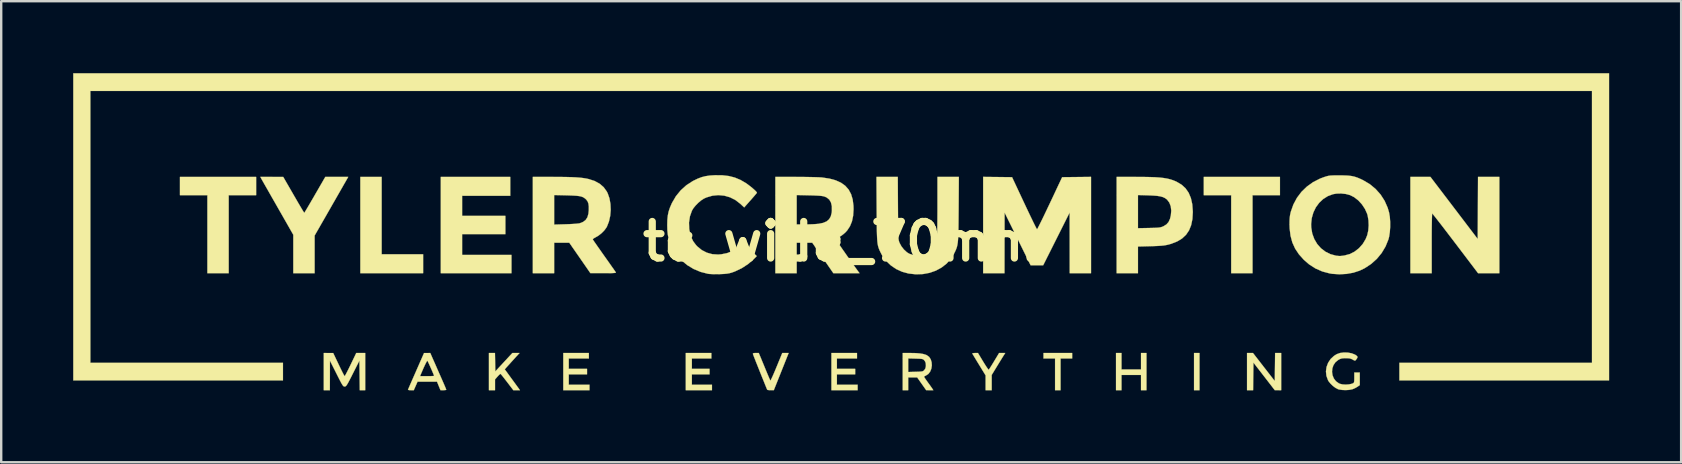
<source format=kicad_pcb>
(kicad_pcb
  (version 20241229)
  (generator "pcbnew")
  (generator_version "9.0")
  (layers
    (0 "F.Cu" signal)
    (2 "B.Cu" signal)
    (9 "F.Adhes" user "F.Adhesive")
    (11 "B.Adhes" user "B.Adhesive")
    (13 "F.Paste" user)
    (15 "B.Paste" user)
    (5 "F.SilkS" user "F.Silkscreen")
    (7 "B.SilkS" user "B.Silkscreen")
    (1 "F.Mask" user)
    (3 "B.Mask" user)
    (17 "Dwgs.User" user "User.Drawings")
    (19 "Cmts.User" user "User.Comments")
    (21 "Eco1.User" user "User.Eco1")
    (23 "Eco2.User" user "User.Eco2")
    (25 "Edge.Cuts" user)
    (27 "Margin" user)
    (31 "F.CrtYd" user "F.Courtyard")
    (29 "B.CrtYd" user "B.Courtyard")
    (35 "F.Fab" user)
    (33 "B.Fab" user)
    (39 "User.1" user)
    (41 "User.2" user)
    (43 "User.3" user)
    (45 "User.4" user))
  (footprint "tc_wide_70mm"
    (layer "F.Cu")
    (at 32.009 7.015)
    (property "Reference" "tc_wide_70mm" (at 0 0 0) (layer "F.SilkS") (effects (font (size 1.524 1.524) (thickness 0.3))))
    (attr through_hole)
    (fp_poly (pts (xy 14.935 6.198) (xy 14.707 6.198) (xy 14.707 4.648) (xy 14.935 4.648) (xy 14.935 6.198)) (stroke (width 0.01) (type solid)) (fill yes) (layer "F.SilkS"))
    (fp_poly (pts (xy -19.152 0.533) (xy -17.424 0.533) (xy -17.424 1.321) (xy -20.041 1.321) (xy -20.041 -2.692) (xy -19.152 -2.692) (xy -19.152 0.533)) (stroke (width 0.01) (type solid)) (fill yes) (layer "F.SilkS"))
    (fp_poly (pts (xy -24.384 -1.93) (xy -25.527 -1.93) (xy -25.527 1.321) (xy -26.416 1.321) (xy -26.416 -1.93) (xy -27.559 -1.93) (xy -27.559 -2.692) (xy -24.384 -2.692) (xy -24.384 -1.93)) (stroke (width 0.01) (type solid)) (fill yes) (layer "F.SilkS"))
    (fp_poly (pts (xy 9.627 4.877) (xy 9.144 4.877) (xy 9.144 6.198) (xy 8.915 6.198) (xy 8.915 4.877) (xy 8.433 4.877) (xy 8.433 4.648) (xy 9.627 4.648) (xy 9.627 4.877)) (stroke (width 0.01) (type solid)) (fill yes) (layer "F.SilkS"))
    (fp_poly (pts (xy 18.288 -1.93) (xy 17.145 -1.93) (xy 17.145 1.321) (xy 16.256 1.321) (xy 16.256 -1.93) (xy 15.113 -1.93) (xy 15.113 -2.692) (xy 18.288 -2.692) (xy 18.288 -1.93)) (stroke (width 0.01) (type solid)) (fill yes) (layer "F.SilkS"))
    (fp_poly (pts (xy -13.792 -1.905) (xy -15.799 -1.905) (xy -15.799 -1.067) (xy -13.995 -1.067) (xy -13.995 -0.305) (xy -15.799 -0.305) (xy -15.799 0.559) (xy -13.741 0.559) (xy -13.741 1.321) (xy -16.688 1.321) (xy -16.688 -2.692) (xy -13.792 -2.692) (xy -13.792 -1.905)) (stroke (width 0.01) (type solid)) (fill yes) (layer "F.SilkS"))
    (fp_poly (pts (xy -10.516 4.877) (xy -11.354 4.877) (xy -11.354 5.309) (xy -10.592 5.309) (xy -10.592 5.537) (xy -11.354 5.537) (xy -11.354 5.969) (xy -10.49 5.969) (xy -10.49 6.198) (xy -11.582 6.198) (xy -11.582 4.648) (xy -10.516 4.648) (xy -10.516 4.877)) (stroke (width 0.01) (type solid)) (fill yes) (layer "F.SilkS"))
    (fp_poly (pts (xy -5.41 4.877) (xy -6.223 4.877) (xy -6.223 5.309) (xy -5.486 5.309) (xy -5.486 5.537) (xy -6.223 5.537) (xy -6.223 5.969) (xy -5.385 5.969) (xy -5.385 6.198) (xy -6.477 6.198) (xy -6.477 4.648) (xy -5.41 4.648) (xy -5.41 4.877)) (stroke (width 0.01) (type solid)) (fill yes) (layer "F.SilkS"))
    (fp_poly (pts (xy 0.66 4.877) (xy -0.178 4.877) (xy -0.178 5.309) (xy 0.584 5.309) (xy 0.584 5.537) (xy -0.178 5.537) (xy -0.178 5.969) (xy 0.686 5.969) (xy 0.686 6.198) (xy -0.406 6.198) (xy -0.406 4.648) (xy 0.66 4.648) (xy 0.66 4.877)) (stroke (width 0.01) (type solid)) (fill yes) (layer "F.SilkS"))
    (fp_poly (pts (xy 11.684 5.334) (xy 12.497 5.334) (xy 12.497 4.648) (xy 12.725 4.648) (xy 12.725 6.198) (xy 12.497 6.198) (xy 12.497 5.563) (xy 11.684 5.563) (xy 11.684 6.198) (xy 11.455 6.198) (xy 11.455 4.648) (xy 11.684 4.648) (xy 11.684 5.334)) (stroke (width 0.01) (type solid)) (fill yes) (layer "F.SilkS"))
    (fp_poly (pts (xy 32.004 5.791) (xy 23.266 5.791) (xy 23.266 5.055) (xy 31.293 5.055) (xy 31.293 -6.274) (xy -31.293 -6.274) (xy -31.293 5.055) (xy -23.266 5.055) (xy -23.266 5.791) (xy -32.004 5.791) (xy -32.004 -7.01) (xy 32.004 -7.01) (xy 32.004 5.791)) (stroke (width 0.01) (type solid)) (fill yes) (layer "F.SilkS"))
    (fp_poly (pts (xy 17.618 5.233) (xy 18.072 5.817) (xy 18.086 4.648) (xy 18.339 4.648) (xy 18.339 6.198) (xy 18.205 6.197) (xy 18.072 6.197) (xy 17.183 5.047) (xy 17.176 5.622) (xy 17.169 6.198) (xy 16.916 6.198) (xy 16.916 4.648) (xy 17.164 4.648) (xy 17.618 5.233)) (stroke (width 0.01) (type solid)) (fill yes) (layer "F.SilkS"))
    (fp_poly (pts (xy -14.422 5.031) (xy -14.415 5.415) (xy -14.059 5.031) (xy -13.704 4.648) (xy -13.406 4.648) (xy -13.593 4.853) (xy -13.686 4.955) (xy -13.781 5.06) (xy -13.865 5.153) (xy -13.9 5.192) (xy -14.021 5.328) (xy -13.704 5.763) (xy -13.387 6.198) (xy -13.664 6.198) (xy -13.921 5.861) (xy -14.008 5.749) (xy -14.084 5.651) (xy -14.145 5.576) (xy -14.185 5.529) (xy -14.198 5.517) (xy -14.224 5.531) (xy -14.271 5.574) (xy -14.322 5.629) (xy -14.427 5.748) (xy -14.427 6.198) (xy -14.681 6.198) (xy -14.681 4.648) (xy -14.429 4.648) (xy -14.422 5.031)) (stroke (width 0.01) (type solid)) (fill yes) (layer "F.SilkS"))
    (fp_poly (pts (xy 10.414 1.321) (xy 9.525 1.321) (xy 9.524 0.057) (xy 9.522 -1.206) (xy 8.42 0.991) (xy 7.896 0.991) (xy 6.811 -1.206) (xy 6.807 1.321) (xy 5.918 1.321) (xy 5.918 -2.693) (xy 6.521 -2.687) (xy 7.123 -2.68) (xy 7.632 -1.595) (xy 7.735 -1.376) (xy 7.832 -1.172) (xy 7.921 -0.987) (xy 7.999 -0.825) (xy 8.064 -0.692) (xy 8.115 -0.592) (xy 8.149 -0.529) (xy 8.163 -0.507) (xy 8.178 -0.529) (xy 8.212 -0.592) (xy 8.263 -0.693) (xy 8.33 -0.826) (xy 8.409 -0.987) (xy 8.498 -1.172) (xy 8.595 -1.376) (xy 8.698 -1.592) (xy 9.21 -2.68) (xy 10.414 -2.693) (xy 10.414 1.321)) (stroke (width 0.01) (type solid)) (fill yes) (layer "F.SilkS"))
    (fp_poly (pts (xy 27.432 -2.692) (xy 27.432 1.321) (xy 26.545 1.321) (xy 25.6 0.076) (xy 25.432 -0.144) (xy 25.273 -0.352) (xy 25.126 -0.544) (xy 24.993 -0.717) (xy 24.876 -0.867) (xy 24.78 -0.99) (xy 24.705 -1.084) (xy 24.656 -1.144) (xy 24.634 -1.168) (xy 24.634 -1.168) (xy 24.629 -1.144) (xy 24.626 -1.073) (xy 24.622 -0.962) (xy 24.619 -0.814) (xy 24.616 -0.635) (xy 24.614 -0.429) (xy 24.613 -0.202) (xy 24.613 0.043) (xy 24.613 0.076) (xy 24.613 1.321) (xy 23.724 1.321) (xy 23.724 -2.692) (xy 24.56 -2.692) (xy 25.545 -1.399) (xy 26.53 -0.105) (xy 26.537 -1.399) (xy 26.543 -2.692) (xy 26.988 -2.692) (xy 27.432 -2.692)) (stroke (width 0.01) (type solid)) (fill yes) (layer "F.SilkS"))
    (fp_poly (pts (xy 6.799 4.709) (xy 6.773 4.75) (xy 6.725 4.826) (xy 6.662 4.929) (xy 6.587 5.05) (xy 6.516 5.166) (xy 6.274 5.563) (xy 6.274 6.198) (xy 6.02 6.198) (xy 6.02 5.582) (xy 5.747 5.135) (xy 5.664 5) (xy 5.591 4.879) (xy 5.531 4.78) (xy 5.488 4.708) (xy 5.467 4.672) (xy 5.465 4.669) (xy 5.483 4.657) (xy 5.537 4.65) (xy 5.58 4.648) (xy 5.702 4.648) (xy 5.916 5.003) (xy 5.989 5.121) (xy 6.053 5.221) (xy 6.105 5.295) (xy 6.139 5.338) (xy 6.15 5.345) (xy 6.169 5.32) (xy 6.21 5.259) (xy 6.266 5.17) (xy 6.334 5.06) (xy 6.376 4.99) (xy 6.582 4.648) (xy 6.838 4.648) (xy 6.799 4.709)) (stroke (width 0.01) (type solid)) (fill yes) (layer "F.SilkS"))
    (fp_poly (pts (xy -23.731 -2.692) (xy -23.254 -2.691) (xy -22.822 -1.942) (xy -22.72 -1.766) (xy -22.626 -1.604) (xy -22.542 -1.462) (xy -22.473 -1.345) (xy -22.42 -1.259) (xy -22.387 -1.207) (xy -22.378 -1.195) (xy -22.362 -1.216) (xy -22.325 -1.276) (xy -22.268 -1.371) (xy -22.195 -1.494) (xy -22.109 -1.641) (xy -22.012 -1.807) (xy -21.933 -1.944) (xy -21.501 -2.692) (xy -20.545 -2.692) (xy -20.628 -2.546) (xy -20.657 -2.495) (xy -20.709 -2.405) (xy -20.78 -2.28) (xy -20.868 -2.127) (xy -20.97 -1.949) (xy -21.082 -1.753) (xy -21.203 -1.542) (xy -21.328 -1.323) (xy -21.946 -0.246) (xy -21.946 1.321) (xy -22.835 1.321) (xy -22.835 -0.28) (xy -23.491 -1.429) (xy -23.618 -1.652) (xy -23.739 -1.862) (xy -23.849 -2.057) (xy -23.948 -2.23) (xy -24.033 -2.378) (xy -24.1 -2.497) (xy -24.148 -2.582) (xy -24.174 -2.629) (xy -24.178 -2.635) (xy -24.208 -2.692) (xy -23.731 -2.692)) (stroke (width 0.01) (type solid)) (fill yes) (layer "F.SilkS"))
    (fp_poly (pts (xy -19.837 6.198) (xy -20.065 6.198) (xy -20.072 5.582) (xy -20.079 4.966) (xy -20.352 5.505) (xy -20.438 5.676) (xy -20.506 5.806) (xy -20.557 5.902) (xy -20.597 5.968) (xy -20.627 6.01) (xy -20.652 6.033) (xy -20.674 6.043) (xy -20.695 6.045) (xy -20.718 6.043) (xy -20.741 6.032) (xy -20.766 6.007) (xy -20.797 5.962) (xy -20.837 5.894) (xy -20.889 5.795) (xy -20.958 5.66) (xy -21.036 5.505) (xy -21.308 4.966) (xy -21.309 5.582) (xy -21.311 6.198) (xy -21.565 6.198) (xy -21.565 4.648) (xy -21.368 4.649) (xy -21.171 4.649) (xy -20.942 5.131) (xy -20.873 5.274) (xy -20.811 5.401) (xy -20.759 5.503) (xy -20.72 5.576) (xy -20.698 5.611) (xy -20.695 5.613) (xy -20.678 5.591) (xy -20.644 5.53) (xy -20.595 5.437) (xy -20.535 5.318) (xy -20.466 5.179) (xy -20.443 5.131) (xy -20.211 4.648) (xy -19.837 4.648) (xy -19.837 6.198)) (stroke (width 0.01) (type solid)) (fill yes) (layer "F.SilkS"))
    (fp_poly (pts (xy -3.357 4.832) (xy -3.32 4.922) (xy -3.269 5.045) (xy -3.21 5.188) (xy -3.149 5.337) (xy -3.124 5.397) (xy -3.07 5.527) (xy -3.022 5.64) (xy -2.984 5.728) (xy -2.958 5.783) (xy -2.951 5.796) (xy -2.937 5.779) (xy -2.907 5.72) (xy -2.863 5.627) (xy -2.809 5.505) (xy -2.747 5.359) (xy -2.694 5.231) (xy -2.455 4.648) (xy -2.189 4.648) (xy -2.498 5.423) (xy -2.807 6.197) (xy -2.939 6.197) (xy -3.015 6.194) (xy -3.068 6.186) (xy -3.082 6.179) (xy -3.095 6.15) (xy -3.124 6.081) (xy -3.166 5.978) (xy -3.217 5.85) (xy -3.277 5.703) (xy -3.341 5.544) (xy -3.406 5.381) (xy -3.47 5.219) (xy -3.531 5.068) (xy -3.584 4.932) (xy -3.628 4.821) (xy -3.659 4.74) (xy -3.675 4.696) (xy -3.677 4.693) (xy -3.677 4.666) (xy -3.652 4.653) (xy -3.59 4.648) (xy -3.561 4.648) (xy -3.434 4.648) (xy -3.357 4.832)) (stroke (width 0.01) (type solid)) (fill yes) (layer "F.SilkS"))
    (fp_poly (pts (xy 3.108 4.652) (xy 3.282 4.666) (xy 3.421 4.689) (xy 3.533 4.723) (xy 3.57 4.74) (xy 3.667 4.811) (xy 3.733 4.913) (xy 3.77 5.035) (xy 3.779 5.167) (xy 3.759 5.299) (xy 3.711 5.419) (xy 3.636 5.519) (xy 3.533 5.587) (xy 3.531 5.588) (xy 3.479 5.614) (xy 3.455 5.636) (xy 3.454 5.637) (xy 3.469 5.664) (xy 3.507 5.722) (xy 3.562 5.801) (xy 3.603 5.859) (xy 3.673 5.954) (xy 3.735 6.041) (xy 3.782 6.108) (xy 3.797 6.13) (xy 3.841 6.198) (xy 3.543 6.197) (xy 3.355 5.93) (xy 3.167 5.664) (xy 2.794 5.664) (xy 2.794 6.198) (xy 2.565 6.198) (xy 2.565 5.44) (xy 2.794 5.44) (xy 3.101 5.431) (xy 3.231 5.427) (xy 3.32 5.422) (xy 3.378 5.414) (xy 3.417 5.4) (xy 3.445 5.379) (xy 3.469 5.352) (xy 3.512 5.285) (xy 3.529 5.203) (xy 3.531 5.156) (xy 3.522 5.06) (xy 3.491 4.989) (xy 3.469 4.961) (xy 3.442 4.931) (xy 3.413 4.91) (xy 3.372 4.897) (xy 3.311 4.889) (xy 3.217 4.885) (xy 3.101 4.881) (xy 2.794 4.873) (xy 2.794 5.44) (xy 2.565 5.44) (xy 2.565 4.648) (xy 2.892 4.648) (xy 3.108 4.652)) (stroke (width 0.01) (type solid)) (fill yes) (layer "F.SilkS"))
    (fp_poly (pts (xy -17.017 4.896) (xy -16.972 4.997) (xy -16.912 5.132) (xy -16.843 5.291) (xy -16.768 5.461) (xy -16.693 5.63) (xy -16.684 5.651) (xy -16.618 5.801) (xy -16.56 5.934) (xy -16.512 6.045) (xy -16.478 6.127) (xy -16.461 6.172) (xy -16.459 6.178) (xy -16.482 6.19) (xy -16.54 6.196) (xy -16.58 6.198) (xy -16.701 6.197) (xy -16.846 5.842) (xy -17.656 5.842) (xy -17.734 6.02) (xy -17.813 6.198) (xy -17.938 6.198) (xy -18.008 6.194) (xy -18.05 6.184) (xy -18.055 6.176) (xy -18.043 6.149) (xy -18.013 6.08) (xy -17.968 5.976) (xy -17.91 5.843) (xy -17.841 5.686) (xy -17.809 5.613) (xy -17.552 5.613) (xy -17.26 5.613) (xy -17.145 5.612) (xy -17.051 5.609) (xy -16.988 5.605) (xy -16.967 5.599) (xy -16.977 5.569) (xy -17.003 5.504) (xy -17.041 5.414) (xy -17.086 5.311) (xy -17.133 5.205) (xy -17.177 5.108) (xy -17.214 5.029) (xy -17.238 4.981) (xy -17.244 4.971) (xy -17.262 4.985) (xy -17.296 5.042) (xy -17.345 5.14) (xy -17.407 5.273) (xy -17.479 5.44) (xy -17.518 5.531) (xy -17.552 5.613) (xy -17.809 5.613) (xy -17.764 5.511) (xy -17.716 5.402) (xy -17.386 4.649) (xy -17.256 4.649) (xy -17.125 4.648) (xy -17.017 4.896)) (stroke (width 0.01) (type solid)) (fill yes) (layer "F.SilkS"))
    (fp_poly (pts (xy 12.275 -2.692) (xy 12.586 -2.691) (xy 12.853 -2.686) (xy 13.081 -2.678) (xy 13.275 -2.665) (xy 13.441 -2.646) (xy 13.586 -2.622) (xy 13.714 -2.591) (xy 13.831 -2.553) (xy 13.944 -2.507) (xy 13.986 -2.487) (xy 14.189 -2.366) (xy 14.355 -2.214) (xy 14.484 -2.028) (xy 14.576 -1.808) (xy 14.633 -1.554) (xy 14.655 -1.263) (xy 14.656 -1.22) (xy 14.639 -0.932) (xy 14.587 -0.68) (xy 14.499 -0.463) (xy 14.374 -0.279) (xy 14.21 -0.126) (xy 14.005 -0.002) (xy 13.759 0.095) (xy 13.638 0.129) (xy 13.548 0.149) (xy 13.452 0.165) (xy 13.341 0.176) (xy 13.205 0.185) (xy 13.035 0.192) (xy 12.897 0.196) (xy 12.37 0.21) (xy 12.37 1.321) (xy 11.481 1.321) (xy 11.481 -0.554) (xy 12.37 -0.554) (xy 12.833 -0.563) (xy 13 -0.567) (xy 13.124 -0.571) (xy 13.216 -0.577) (xy 13.285 -0.586) (xy 13.34 -0.599) (xy 13.391 -0.617) (xy 13.44 -0.639) (xy 13.558 -0.713) (xy 13.645 -0.812) (xy 13.706 -0.946) (xy 13.741 -1.09) (xy 13.758 -1.287) (xy 13.737 -1.466) (xy 13.678 -1.62) (xy 13.585 -1.743) (xy 13.564 -1.761) (xy 13.492 -1.812) (xy 13.407 -1.852) (xy 13.301 -1.881) (xy 13.168 -1.902) (xy 12.999 -1.915) (xy 12.795 -1.924) (xy 12.37 -1.936) (xy 12.37 -0.554) (xy 11.481 -0.554) (xy 11.481 -2.692) (xy 12.275 -2.692)) (stroke (width 0.01) (type solid)) (fill yes) (layer "F.SilkS"))
    (fp_poly (pts (xy 21.121 4.631) (xy 21.281 4.662) (xy 21.418 4.716) (xy 21.474 4.753) (xy 21.513 4.79) (xy 21.521 4.827) (xy 21.497 4.877) (xy 21.454 4.935) (xy 21.429 4.961) (xy 21.401 4.964) (xy 21.354 4.942) (xy 21.32 4.922) (xy 21.252 4.889) (xy 21.178 4.871) (xy 21.079 4.865) (xy 21.031 4.864) (xy 20.922 4.867) (xy 20.844 4.879) (xy 20.775 4.905) (xy 20.721 4.935) (xy 20.602 5.031) (xy 20.519 5.152) (xy 20.472 5.289) (xy 20.459 5.434) (xy 20.48 5.578) (xy 20.535 5.711) (xy 20.622 5.825) (xy 20.742 5.911) (xy 20.79 5.932) (xy 20.897 5.957) (xy 21.029 5.965) (xy 21.164 5.956) (xy 21.28 5.931) (xy 21.317 5.917) (xy 21.351 5.899) (xy 21.372 5.875) (xy 21.382 5.834) (xy 21.386 5.765) (xy 21.387 5.673) (xy 21.387 5.461) (xy 21.615 5.461) (xy 21.615 5.987) (xy 21.516 6.056) (xy 21.427 6.107) (xy 21.325 6.152) (xy 21.296 6.161) (xy 21.173 6.185) (xy 21.026 6.194) (xy 20.878 6.188) (xy 20.749 6.168) (xy 20.708 6.156) (xy 20.606 6.103) (xy 20.496 6.021) (xy 20.393 5.922) (xy 20.313 5.822) (xy 20.292 5.785) (xy 20.225 5.602) (xy 20.205 5.415) (xy 20.23 5.23) (xy 20.296 5.055) (xy 20.401 4.897) (xy 20.543 4.766) (xy 20.655 4.696) (xy 20.793 4.647) (xy 20.954 4.626) (xy 21.121 4.631)) (stroke (width 0.01) (type solid)) (fill yes) (layer "F.SilkS"))
    (fp_poly (pts (xy -1.886 -2.692) (xy -1.669 -2.691) (xy -1.458 -2.689) (xy -1.259 -2.685) (xy -1.083 -2.681) (xy -0.936 -2.676) (xy -0.827 -2.67) (xy -0.787 -2.666) (xy -0.484 -2.62) (xy -0.224 -2.548) (xy -0.006 -2.449) (xy 0.172 -2.321) (xy 0.311 -2.163) (xy 0.413 -1.973) (xy 0.48 -1.75) (xy 0.512 -1.492) (xy 0.516 -1.346) (xy 0.499 -1.075) (xy 0.451 -0.841) (xy 0.368 -0.637) (xy 0.251 -0.46) (xy 0.167 -0.369) (xy 0.078 -0.293) (xy -0.021 -0.222) (xy -0.097 -0.18) (xy -0.168 -0.143) (xy -0.216 -0.111) (xy -0.229 -0.096) (xy -0.215 -0.072) (xy -0.175 -0.012) (xy -0.115 0.077) (xy -0.037 0.19) (xy 0.053 0.321) (xy 0.153 0.463) (xy 0.256 0.612) (xy 0.361 0.76) (xy 0.462 0.902) (xy 0.555 1.033) (xy 0.636 1.146) (xy 0.701 1.235) (xy 0.703 1.238) (xy 0.765 1.321) (xy -0.326 1.321) (xy -1.205 0.051) (xy -1.854 0.051) (xy -1.854 1.321) (xy -2.743 1.321) (xy -2.743 -0.711) (xy -1.854 -0.711) (xy -1.492 -0.712) (xy -1.342 -0.714) (xy -1.19 -0.719) (xy -1.055 -0.727) (xy -0.952 -0.736) (xy -0.942 -0.737) (xy -0.754 -0.775) (xy -0.609 -0.836) (xy -0.504 -0.925) (xy -0.434 -1.044) (xy -0.395 -1.198) (xy -0.387 -1.279) (xy -0.389 -1.471) (xy -0.425 -1.625) (xy -0.494 -1.744) (xy -0.598 -1.83) (xy -0.68 -1.868) (xy -0.735 -1.884) (xy -0.806 -1.897) (xy -0.901 -1.907) (xy -1.027 -1.914) (xy -1.191 -1.921) (xy -1.327 -1.924) (xy -1.854 -1.936) (xy -1.854 -0.711) (xy -2.743 -0.711) (xy -2.743 -2.692) (xy -1.886 -2.692)) (stroke (width 0.01) (type solid)) (fill yes) (layer "F.SilkS"))
    (fp_poly (pts (xy 2.367 -1.391) (xy 2.369 -1.1) (xy 2.371 -0.856) (xy 2.373 -0.653) (xy 2.375 -0.488) (xy 2.377 -0.355) (xy 2.381 -0.25) (xy 2.385 -0.169) (xy 2.391 -0.107) (xy 2.398 -0.058) (xy 2.406 -0.02) (xy 2.417 0.013) (xy 2.429 0.046) (xy 2.433 0.056) (xy 2.511 0.201) (xy 2.618 0.338) (xy 2.741 0.45) (xy 2.838 0.51) (xy 2.948 0.546) (xy 3.088 0.567) (xy 3.238 0.571) (xy 3.38 0.56) (xy 3.496 0.531) (xy 3.512 0.524) (xy 3.66 0.432) (xy 3.79 0.298) (xy 3.895 0.133) (xy 3.968 -0.055) (xy 3.985 -0.122) (xy 3.993 -0.188) (xy 3.999 -0.304) (xy 4.005 -0.47) (xy 4.009 -0.685) (xy 4.011 -0.95) (xy 4.013 -1.263) (xy 4.013 -1.474) (xy 4.013 -2.692) (xy 4.905 -2.692) (xy 4.896 -1.353) (xy 4.893 -1.039) (xy 4.891 -0.772) (xy 4.888 -0.547) (xy 4.884 -0.358) (xy 4.878 -0.2) (xy 4.87 -0.07) (xy 4.86 0.038) (xy 4.846 0.128) (xy 4.83 0.205) (xy 4.809 0.274) (xy 4.784 0.34) (xy 4.754 0.407) (xy 4.718 0.48) (xy 4.709 0.498) (xy 4.57 0.726) (xy 4.393 0.923) (xy 4.183 1.086) (xy 3.946 1.215) (xy 3.686 1.306) (xy 3.408 1.358) (xy 3.115 1.368) (xy 2.813 1.335) (xy 2.807 1.334) (xy 2.539 1.261) (xy 2.29 1.147) (xy 2.066 0.994) (xy 1.873 0.809) (xy 1.717 0.595) (xy 1.663 0.495) (xy 1.626 0.421) (xy 1.595 0.354) (xy 1.569 0.29) (xy 1.548 0.225) (xy 1.53 0.154) (xy 1.516 0.072) (xy 1.506 -0.026) (xy 1.498 -0.145) (xy 1.492 -0.288) (xy 1.487 -0.462) (xy 1.484 -0.67) (xy 1.482 -0.918) (xy 1.48 -1.209) (xy 1.479 -1.34) (xy 1.471 -2.692) (xy 2.36 -2.692) (xy 2.367 -1.391)) (stroke (width 0.01) (type solid)) (fill yes) (layer "F.SilkS"))
    (fp_poly (pts (xy -12.008 -2.692) (xy -11.704 -2.691) (xy -11.444 -2.687) (xy -11.224 -2.681) (xy -11.038 -2.672) (xy -10.878 -2.659) (xy -10.741 -2.643) (xy -10.619 -2.623) (xy -10.516 -2.6) (xy -10.27 -2.519) (xy -10.064 -2.406) (xy -9.897 -2.261) (xy -9.769 -2.084) (xy -9.733 -2.013) (xy -9.658 -1.8) (xy -9.616 -1.563) (xy -9.605 -1.315) (xy -9.626 -1.069) (xy -9.678 -0.836) (xy -9.759 -0.628) (xy -9.788 -0.575) (xy -9.875 -0.458) (xy -9.993 -0.34) (xy -10.124 -0.238) (xy -10.237 -0.173) (xy -10.304 -0.136) (xy -10.345 -0.103) (xy -10.352 -0.088) (xy -10.336 -0.061) (xy -10.294 0.002) (xy -10.229 0.095) (xy -10.146 0.215) (xy -10.047 0.355) (xy -9.938 0.511) (xy -9.876 0.598) (xy -9.761 0.76) (xy -9.655 0.91) (xy -9.562 1.042) (xy -9.485 1.151) (xy -9.429 1.232) (xy -9.396 1.279) (xy -9.389 1.289) (xy -9.393 1.3) (xy -9.421 1.308) (xy -9.48 1.314) (xy -9.574 1.318) (xy -9.708 1.32) (xy -9.888 1.32) (xy -9.911 1.32) (xy -10.452 1.32) (xy -10.892 0.685) (xy -11.332 0.051) (xy -11.963 0.051) (xy -11.963 1.321) (xy -12.852 1.321) (xy -12.852 -0.704) (xy -11.963 -0.704) (xy -11.474 -0.718) (xy -11.315 -0.724) (xy -11.168 -0.732) (xy -11.042 -0.741) (xy -10.947 -0.751) (xy -10.894 -0.76) (xy -10.751 -0.819) (xy -10.646 -0.901) (xy -10.575 -1.012) (xy -10.534 -1.159) (xy -10.52 -1.297) (xy -10.519 -1.457) (xy -10.534 -1.578) (xy -10.57 -1.672) (xy -10.628 -1.749) (xy -10.656 -1.775) (xy -10.709 -1.817) (xy -10.767 -1.85) (xy -10.836 -1.875) (xy -10.923 -1.893) (xy -11.037 -1.906) (xy -11.185 -1.915) (xy -11.373 -1.922) (xy -11.449 -1.924) (xy -11.963 -1.936) (xy -11.963 -0.704) (xy -12.852 -0.704) (xy -12.852 -2.692) (xy -12.008 -2.692)) (stroke (width 0.01) (type solid)) (fill yes) (layer "F.SilkS"))
    (fp_poly (pts (xy -4.952 -2.76) (xy -4.681 -2.728) (xy -4.432 -2.664) (xy -4.197 -2.566) (xy -3.979 -2.439) (xy -3.885 -2.373) (xy -3.787 -2.298) (xy -3.692 -2.221) (xy -3.61 -2.148) (xy -3.548 -2.087) (xy -3.514 -2.044) (xy -3.511 -2.031) (xy -3.529 -2.006) (xy -3.576 -1.95) (xy -3.644 -1.87) (xy -3.728 -1.774) (xy -3.78 -1.715) (xy -4.042 -1.42) (xy -4.205 -1.572) (xy -4.408 -1.728) (xy -4.632 -1.841) (xy -4.87 -1.91) (xy -5.117 -1.933) (xy -5.365 -1.909) (xy -5.609 -1.838) (xy -5.721 -1.788) (xy -5.833 -1.716) (xy -5.953 -1.615) (xy -6.067 -1.499) (xy -6.162 -1.382) (xy -6.22 -1.284) (xy -6.304 -1.046) (xy -6.342 -0.791) (xy -6.334 -0.529) (xy -6.312 -0.398) (xy -6.253 -0.187) (xy -6.168 -0.01) (xy -6.05 0.148) (xy -5.997 0.205) (xy -5.809 0.358) (xy -5.599 0.466) (xy -5.37 0.529) (xy -5.124 0.544) (xy -4.993 0.533) (xy -4.754 0.485) (xy -4.545 0.403) (xy -4.353 0.281) (xy -4.221 0.168) (xy -4.087 0.041) (xy -3.803 0.325) (xy -3.519 0.609) (xy -3.633 0.725) (xy -3.869 0.933) (xy -4.138 1.11) (xy -4.427 1.248) (xy -4.559 1.296) (xy -4.655 1.322) (xy -4.756 1.34) (xy -4.876 1.352) (xy -5.029 1.359) (xy -5.08 1.361) (xy -5.22 1.362) (xy -5.354 1.36) (xy -5.467 1.355) (xy -5.545 1.347) (xy -5.55 1.346) (xy -5.86 1.267) (xy -6.151 1.145) (xy -6.417 0.984) (xy -6.654 0.787) (xy -6.856 0.557) (xy -7.021 0.299) (xy -7.062 0.216) (xy -7.138 0.039) (xy -7.192 -0.124) (xy -7.226 -0.288) (xy -7.244 -0.471) (xy -7.249 -0.686) (xy -7.244 -0.9) (xy -7.226 -1.08) (xy -7.193 -1.243) (xy -7.14 -1.403) (xy -7.065 -1.578) (xy -7.048 -1.613) (xy -6.888 -1.887) (xy -6.688 -2.132) (xy -6.453 -2.344) (xy -6.187 -2.517) (xy -6.152 -2.535) (xy -5.974 -2.621) (xy -5.812 -2.682) (xy -5.65 -2.723) (xy -5.472 -2.749) (xy -5.26 -2.762) (xy -5.256 -2.762) (xy -4.952 -2.76)) (stroke (width 0.01) (type solid)) (fill yes) (layer "F.SilkS"))
    (fp_poly (pts (xy 20.969 -2.753) (xy 21.135 -2.745) (xy 21.275 -2.728) (xy 21.401 -2.7) (xy 21.526 -2.658) (xy 21.66 -2.6) (xy 21.755 -2.554) (xy 22.031 -2.391) (xy 22.274 -2.19) (xy 22.482 -1.957) (xy 22.651 -1.694) (xy 22.778 -1.406) (xy 22.837 -1.205) (xy 22.867 -1.026) (xy 22.882 -0.819) (xy 22.882 -0.602) (xy 22.867 -0.39) (xy 22.838 -0.199) (xy 22.81 -0.089) (xy 22.689 0.208) (xy 22.526 0.481) (xy 22.324 0.726) (xy 22.086 0.938) (xy 21.818 1.114) (xy 21.607 1.216) (xy 21.348 1.3) (xy 21.063 1.351) (xy 20.766 1.367) (xy 20.47 1.348) (xy 20.367 1.332) (xy 20.056 1.25) (xy 19.765 1.122) (xy 19.497 0.949) (xy 19.286 0.766) (xy 19.08 0.536) (xy 18.92 0.296) (xy 18.804 0.04) (xy 18.729 -0.238) (xy 18.692 -0.544) (xy 18.687 -0.699) (xy 18.687 -0.725) (xy 19.587 -0.725) (xy 19.592 -0.586) (xy 19.634 -0.332) (xy 19.719 -0.1) (xy 19.841 0.106) (xy 19.997 0.282) (xy 20.183 0.425) (xy 20.394 0.529) (xy 20.627 0.592) (xy 20.765 0.606) (xy 20.815 0.604) (xy 20.898 0.595) (xy 20.98 0.583) (xy 21.198 0.524) (xy 21.401 0.421) (xy 21.583 0.278) (xy 21.739 0.102) (xy 21.861 -0.102) (xy 21.927 -0.267) (xy 21.969 -0.456) (xy 21.986 -0.667) (xy 21.977 -0.881) (xy 21.944 -1.078) (xy 21.923 -1.152) (xy 21.831 -1.357) (xy 21.705 -1.547) (xy 21.553 -1.713) (xy 21.382 -1.846) (xy 21.21 -1.933) (xy 21.036 -1.98) (xy 20.84 -2.001) (xy 20.644 -1.996) (xy 20.498 -1.971) (xy 20.281 -1.89) (xy 20.088 -1.768) (xy 19.921 -1.61) (xy 19.783 -1.421) (xy 19.68 -1.207) (xy 19.613 -0.973) (xy 19.587 -0.725) (xy 18.687 -0.725) (xy 18.688 -0.86) (xy 18.695 -0.987) (xy 18.709 -1.097) (xy 18.732 -1.205) (xy 18.741 -1.24) (xy 18.847 -1.541) (xy 18.996 -1.819) (xy 19.184 -2.069) (xy 19.41 -2.288) (xy 19.668 -2.473) (xy 19.957 -2.62) (xy 20.091 -2.671) (xy 20.182 -2.702) (xy 20.256 -2.724) (xy 20.325 -2.739) (xy 20.401 -2.748) (xy 20.495 -2.753) (xy 20.617 -2.755) (xy 20.765 -2.755) (xy 20.969 -2.753)) (stroke (width 0.01) (type solid)) (fill yes) (layer "F.SilkS")))
  (gr_rect
    (start -3 -3)
    (end 67.018 16.218)
    (stroke (width 0.1) (type default))
    (fill no)
    (layer "Edge.Cuts")))
</source>
